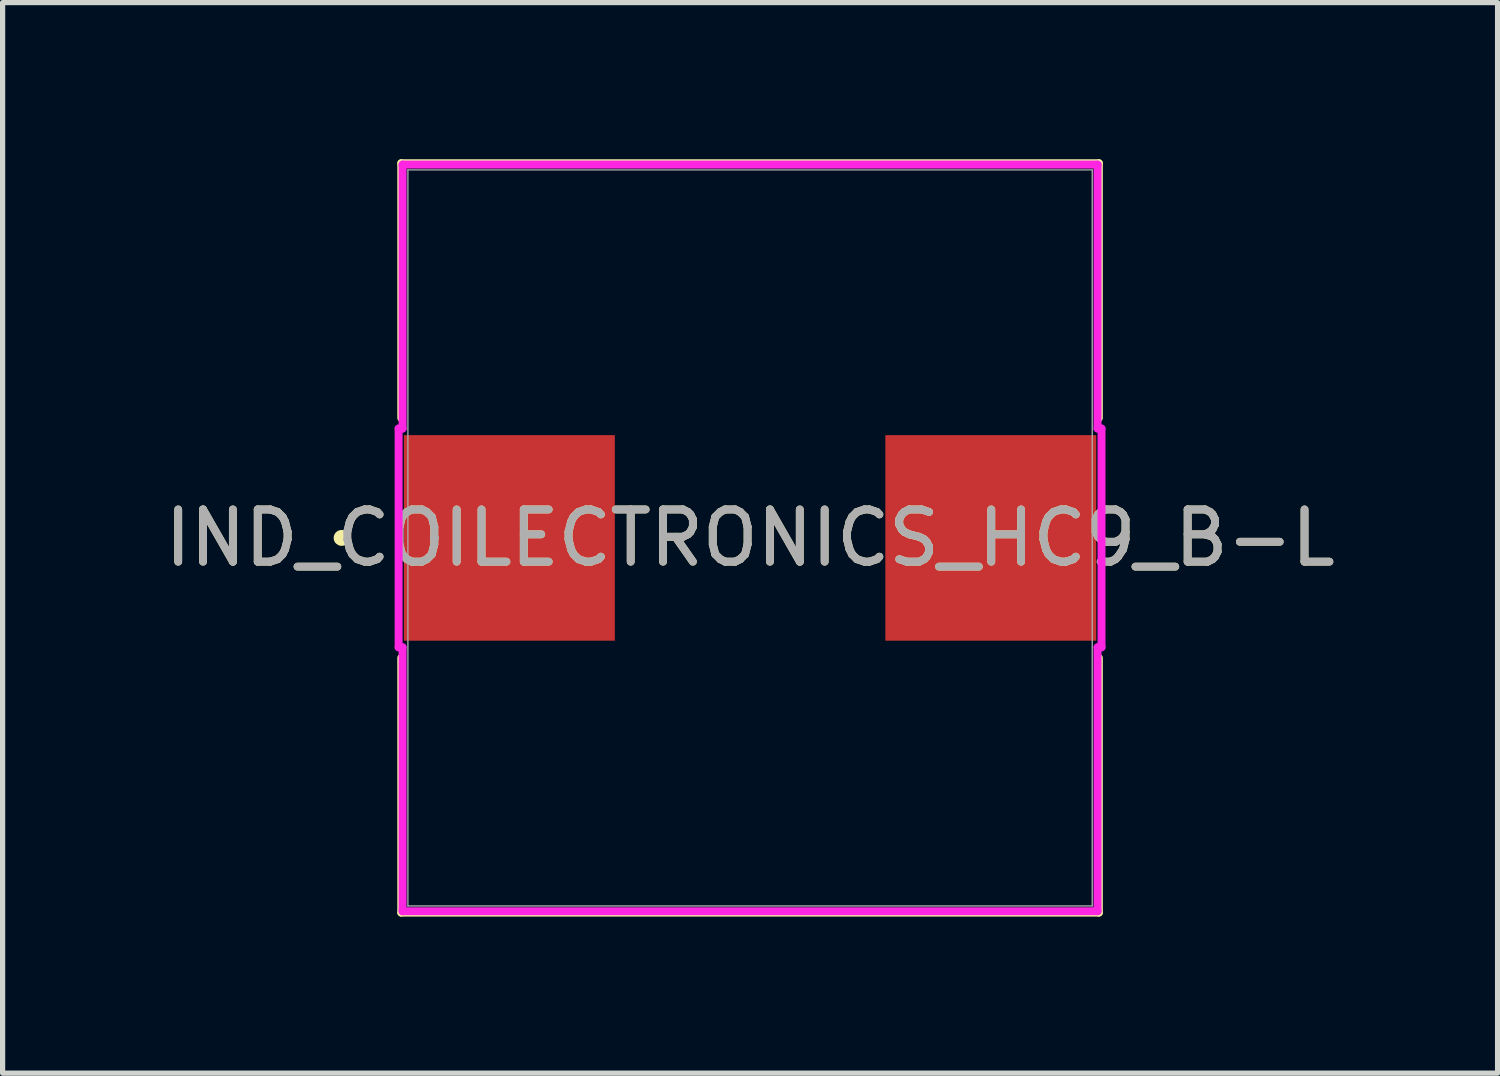
<source format=kicad_pcb>
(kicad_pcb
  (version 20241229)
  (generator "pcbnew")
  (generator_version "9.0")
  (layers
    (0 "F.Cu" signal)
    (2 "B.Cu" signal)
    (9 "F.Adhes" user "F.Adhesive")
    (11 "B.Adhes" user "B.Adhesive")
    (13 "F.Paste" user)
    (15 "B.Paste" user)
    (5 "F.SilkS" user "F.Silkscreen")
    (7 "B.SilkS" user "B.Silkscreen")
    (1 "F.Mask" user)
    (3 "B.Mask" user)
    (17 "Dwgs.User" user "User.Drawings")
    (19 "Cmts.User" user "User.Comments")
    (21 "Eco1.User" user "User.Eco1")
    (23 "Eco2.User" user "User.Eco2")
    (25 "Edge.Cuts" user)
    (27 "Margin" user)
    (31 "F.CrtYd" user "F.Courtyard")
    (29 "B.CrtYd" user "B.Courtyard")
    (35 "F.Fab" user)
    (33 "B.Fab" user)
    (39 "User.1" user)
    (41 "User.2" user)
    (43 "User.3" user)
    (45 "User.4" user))
  (footprint "IND_COILECTRONICS_HC9_B-L"
    (layer "F.Cu")
    (at 11.315 7.252)
    (property "Reference" "IND_COILECTRONICS_HC9_B-L" (at 0 0 0) (unlocked yes) (layer "F.SilkS") (effects (font (size 1 1) (thickness 0.15))))
    (attr smd)
    (fp_line (start -6.68 -7.176) (end -6.68 -2.297) (stroke (width 0.152) (type solid)) (layer "F.SilkS"))
    (fp_line (start -6.68 2.297) (end -6.68 7.176) (stroke (width 0.152) (type solid)) (layer "F.SilkS"))
    (fp_line (start -6.68 7.176) (end 6.68 7.176) (stroke (width 0.152) (type solid)) (layer "F.SilkS"))
    (fp_line (start 6.68 -7.176) (end -6.68 -7.176) (stroke (width 0.152) (type solid)) (layer "F.SilkS"))
    (fp_line (start 6.68 -2.297) (end 6.68 -7.176) (stroke (width 0.152) (type solid)) (layer "F.SilkS"))
    (fp_line (start 6.68 7.176) (end 6.68 2.297) (stroke (width 0.152) (type solid)) (layer "F.SilkS"))
    (fp_circle (center -7.823 0) (end -7.747 0) (stroke (width 0.152) (type solid)) (fill no) (layer "F.SilkS"))
    (fp_line (start -6.731 -2.095) (end -6.655 -2.095) (stroke (width 0.152) (type solid)) (layer "F.CrtYd"))
    (fp_line (start -6.731 2.095) (end -6.731 -2.095) (stroke (width 0.152) (type solid)) (layer "F.CrtYd"))
    (fp_line (start -6.655 -7.15) (end 6.655 -7.15) (stroke (width 0.152) (type solid)) (layer "F.CrtYd"))
    (fp_line (start -6.655 -2.095) (end -6.655 -7.15) (stroke (width 0.152) (type solid)) (layer "F.CrtYd"))
    (fp_line (start -6.655 2.095) (end -6.731 2.095) (stroke (width 0.152) (type solid)) (layer "F.CrtYd"))
    (fp_line (start -6.655 7.15) (end -6.655 2.095) (stroke (width 0.152) (type solid)) (layer "F.CrtYd"))
    (fp_line (start 6.655 -7.15) (end 6.655 -2.095) (stroke (width 0.152) (type solid)) (layer "F.CrtYd"))
    (fp_line (start 6.655 -2.095) (end 6.731 -2.095) (stroke (width 0.152) (type solid)) (layer "F.CrtYd"))
    (fp_line (start 6.655 2.095) (end 6.655 7.15) (stroke (width 0.152) (type solid)) (layer "F.CrtYd"))
    (fp_line (start 6.655 7.15) (end -6.655 7.15) (stroke (width 0.152) (type solid)) (layer "F.CrtYd"))
    (fp_line (start 6.731 -2.095) (end 6.731 2.095) (stroke (width 0.152) (type solid)) (layer "F.CrtYd"))
    (fp_line (start 6.731 2.095) (end 6.655 2.095) (stroke (width 0.152) (type solid)) (layer "F.CrtYd"))
    (fp_line (start -6.553 -7.048) (end -6.553 7.048) (stroke (width 0.025) (type solid)) (layer "F.Fab"))
    (fp_line (start -6.553 7.048) (end 6.553 7.048) (stroke (width 0.025) (type solid)) (layer "F.Fab"))
    (fp_line (start 6.553 -7.048) (end -6.553 -7.048) (stroke (width 0.025) (type solid)) (layer "F.Fab"))
    (fp_line (start 6.553 7.048) (end 6.553 -7.048) (stroke (width 0.025) (type solid)) (layer "F.Fab"))
    (fp_circle (center -6.045 0) (end -5.969 0) (stroke (width 0.025) (type solid)) (fill no) (layer "F.Fab"))
    (fp_text user "${REFERENCE}" (at 0 0 0) (unlocked yes) (layer "F.Fab") (effects (font (size 1 1) (thickness 0.15))))
    (pad "1" smd rect (at -4.61 0 90) (size 3.937 4.039) (layers "F.Cu" "F.Mask" "F.Paste"))
    (pad "2" smd rect (at 4.61 0 90) (size 3.937 4.039) (layers "F.Cu" "F.Mask" "F.Paste"))
    (zone (net_name "") (layer "F.Cu") (hatch full 0.508) (connect_pads) (min_thickness 0.254) (filled_areas_thickness no) (keepout (tracks not_allowed) (vias not_allowed) (pads allowed) (copperpour not_allowed) (footprints allowed)) (placement (enabled no)) (fill) (polygon (pts (xy 4.813 0.254) (xy 17.818 0.254) (xy 17.818 5.207) (xy 4.813 5.207))))
    (zone (net_name "") (layer "F.Cu") (hatch full 0.508) (connect_pads) (min_thickness 0.254) (filled_areas_thickness no) (keepout (tracks not_allowed) (vias not_allowed) (pads allowed) (copperpour not_allowed) (footprints allowed)) (placement (enabled no)) (fill) (polygon (pts (xy 4.813 9.296) (xy 17.818 9.296) (xy 17.818 14.249) (xy 4.813 14.249))))
    (zone (net_name "") (layer "F.Cu") (hatch full 0.508) (connect_pads) (min_thickness 0.254) (filled_areas_thickness no) (keepout (tracks not_allowed) (vias not_allowed) (pads allowed) (copperpour not_allowed) (footprints allowed)) (placement (enabled no)) (fill) (polygon (pts (xy 8.775 5.207) (xy 13.855 5.207) (xy 13.855 9.296) (xy 8.775 9.296)))))
  (gr_rect
    (start -3 -3)
    (end 25.631 17.503)
    (stroke (width 0.1) (type default))
    (fill no)
    (layer "Edge.Cuts")))
</source>
